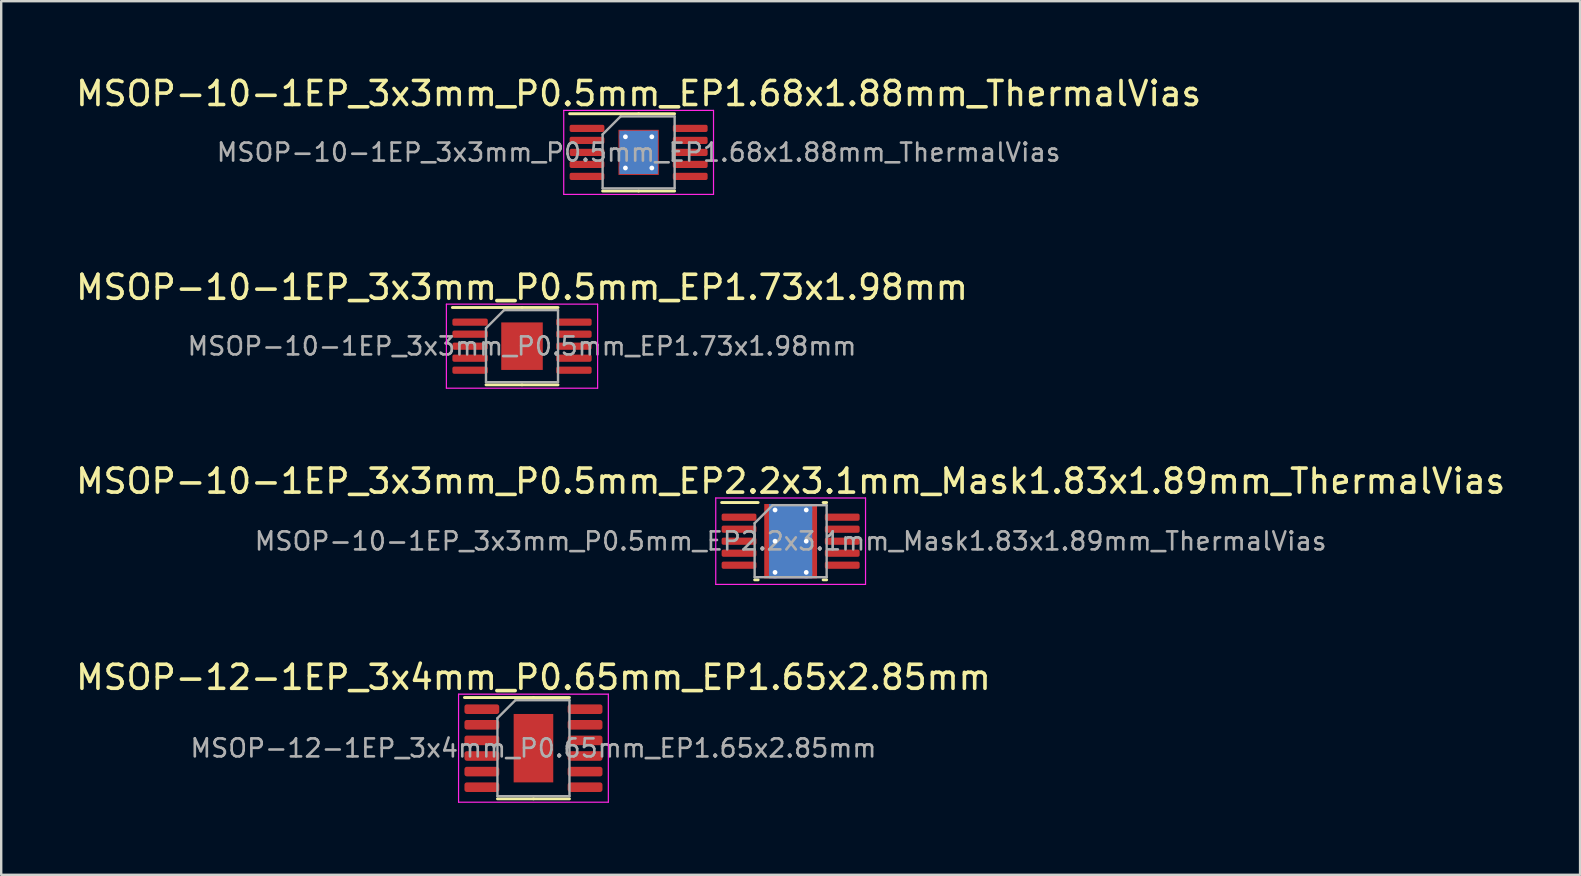
<source format=kicad_pcb>
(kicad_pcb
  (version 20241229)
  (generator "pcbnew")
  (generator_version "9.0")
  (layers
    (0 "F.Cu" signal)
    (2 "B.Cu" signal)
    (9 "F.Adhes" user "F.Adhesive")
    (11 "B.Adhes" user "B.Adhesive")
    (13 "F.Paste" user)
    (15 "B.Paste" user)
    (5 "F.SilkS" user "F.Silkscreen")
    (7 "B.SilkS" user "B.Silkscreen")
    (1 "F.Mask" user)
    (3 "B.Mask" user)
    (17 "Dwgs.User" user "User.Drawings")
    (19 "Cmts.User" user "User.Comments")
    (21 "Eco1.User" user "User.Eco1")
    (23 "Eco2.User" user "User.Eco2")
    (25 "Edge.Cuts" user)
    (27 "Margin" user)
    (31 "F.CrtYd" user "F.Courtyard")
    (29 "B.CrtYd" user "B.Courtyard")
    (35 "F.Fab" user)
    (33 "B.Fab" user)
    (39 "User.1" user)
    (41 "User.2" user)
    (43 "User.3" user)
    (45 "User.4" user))
  (footprint "MSOP-10-1EP_3x3mm_P0.5mm_EP1.73x1.98mm"
    (layer "F.Cu")
    (at 18.696 11.371)
    (property "Reference" "MSOP-10-1EP_3x3mm_P0.5mm_EP1.73x1.98mm" (at 0 -2.45 0) (layer "F.SilkS") (effects (font (size 1 1) (thickness 0.15))))
    (attr smd)
    (fp_line (start 0 -1.61) (end -2.9 -1.61) (stroke (width 0.12) (type solid)) (layer "F.SilkS"))
    (fp_line (start 0 -1.61) (end 1.5 -1.61) (stroke (width 0.12) (type solid)) (layer "F.SilkS"))
    (fp_line (start 0 1.61) (end -1.5 1.61) (stroke (width 0.12) (type solid)) (layer "F.SilkS"))
    (fp_line (start 0 1.61) (end 1.5 1.61) (stroke (width 0.12) (type solid)) (layer "F.SilkS"))
    (fp_line (start -3.15 -1.75) (end -3.15 1.75) (stroke (width 0.05) (type solid)) (layer "F.CrtYd"))
    (fp_line (start -3.15 1.75) (end 3.15 1.75) (stroke (width 0.05) (type solid)) (layer "F.CrtYd"))
    (fp_line (start 3.15 -1.75) (end -3.15 -1.75) (stroke (width 0.05) (type solid)) (layer "F.CrtYd"))
    (fp_line (start 3.15 1.75) (end 3.15 -1.75) (stroke (width 0.05) (type solid)) (layer "F.CrtYd"))
    (fp_line (start -1.5 -0.75) (end -0.75 -1.5) (stroke (width 0.1) (type solid)) (layer "F.Fab"))
    (fp_line (start -1.5 1.5) (end -1.5 -0.75) (stroke (width 0.1) (type solid)) (layer "F.Fab"))
    (fp_line (start -0.75 -1.5) (end 1.5 -1.5) (stroke (width 0.1) (type solid)) (layer "F.Fab"))
    (fp_line (start 1.5 -1.5) (end 1.5 1.5) (stroke (width 0.1) (type solid)) (layer "F.Fab"))
    (fp_line (start 1.5 1.5) (end -1.5 1.5) (stroke (width 0.1) (type solid)) (layer "F.Fab"))
    (fp_text user "${REFERENCE}" (at 0 0 0) (layer "F.Fab") (effects (font (size 0.75 0.75) (thickness 0.11))))
    (pad "" smd roundrect (at -0.43 -0.495) (size 0.7 0.8) (layers "F.Paste") (roundrect_rratio 0.25))
    (pad "" smd roundrect (at -0.43 0.495) (size 0.7 0.8) (layers "F.Paste") (roundrect_rratio 0.25))
    (pad "" smd roundrect (at 0.43 -0.495) (size 0.7 0.8) (layers "F.Paste") (roundrect_rratio 0.25))
    (pad "" smd roundrect (at 0.43 0.495) (size 0.7 0.8) (layers "F.Paste") (roundrect_rratio 0.25))
    (pad "1" smd roundrect (at -2.163 -1) (size 1.475 0.3) (layers "F.Cu" "F.Mask" "F.Paste") (roundrect_rratio 0.25))
    (pad "2" smd roundrect (at -2.163 -0.5) (size 1.475 0.3) (layers "F.Cu" "F.Mask" "F.Paste") (roundrect_rratio 0.25))
    (pad "3" smd roundrect (at -2.163 0) (size 1.475 0.3) (layers "F.Cu" "F.Mask" "F.Paste") (roundrect_rratio 0.25))
    (pad "4" smd roundrect (at -2.163 0.5) (size 1.475 0.3) (layers "F.Cu" "F.Mask" "F.Paste") (roundrect_rratio 0.25))
    (pad "5" smd roundrect (at -2.163 1) (size 1.475 0.3) (layers "F.Cu" "F.Mask" "F.Paste") (roundrect_rratio 0.25))
    (pad "6" smd roundrect (at 2.163 1) (size 1.475 0.3) (layers "F.Cu" "F.Mask" "F.Paste") (roundrect_rratio 0.25))
    (pad "7" smd roundrect (at 2.163 0.5) (size 1.475 0.3) (layers "F.Cu" "F.Mask" "F.Paste") (roundrect_rratio 0.25))
    (pad "8" smd roundrect (at 2.163 0) (size 1.475 0.3) (layers "F.Cu" "F.Mask" "F.Paste") (roundrect_rratio 0.25))
    (pad "9" smd roundrect (at 2.163 -0.5) (size 1.475 0.3) (layers "F.Cu" "F.Mask" "F.Paste") (roundrect_rratio 0.25))
    (pad "10" smd roundrect (at 2.163 -1) (size 1.475 0.3) (layers "F.Cu" "F.Mask" "F.Paste") (roundrect_rratio 0.25))
    (pad "11" smd rect (at 0 0) (size 1.73 1.98) (layers "F.Cu" "F.Mask")))
  (footprint "MSOP-10-1EP_3x3mm_P0.5mm_EP1.68x1.88mm_ThermalVias"
    (layer "F.Cu")
    (at 23.554 3.298)
    (property "Reference" "MSOP-10-1EP_3x3mm_P0.5mm_EP1.68x1.88mm_ThermalVias" (at 0 -2.45 0) (layer "F.SilkS") (effects (font (size 1 1) (thickness 0.15))))
    (attr smd)
    (fp_line (start 0 -1.61) (end -2.875 -1.61) (stroke (width 0.12) (type solid)) (layer "F.SilkS"))
    (fp_line (start 0 -1.61) (end 1.5 -1.61) (stroke (width 0.12) (type solid)) (layer "F.SilkS"))
    (fp_line (start 0 1.61) (end -1.5 1.61) (stroke (width 0.12) (type solid)) (layer "F.SilkS"))
    (fp_line (start 0 1.61) (end 1.5 1.61) (stroke (width 0.12) (type solid)) (layer "F.SilkS"))
    (fp_line (start -3.12 -1.75) (end -3.12 1.75) (stroke (width 0.05) (type solid)) (layer "F.CrtYd"))
    (fp_line (start -3.12 1.75) (end 3.12 1.75) (stroke (width 0.05) (type solid)) (layer "F.CrtYd"))
    (fp_line (start 3.12 -1.75) (end -3.12 -1.75) (stroke (width 0.05) (type solid)) (layer "F.CrtYd"))
    (fp_line (start 3.12 1.75) (end 3.12 -1.75) (stroke (width 0.05) (type solid)) (layer "F.CrtYd"))
    (fp_line (start -1.5 -0.75) (end -0.75 -1.5) (stroke (width 0.1) (type solid)) (layer "F.Fab"))
    (fp_line (start -1.5 1.5) (end -1.5 -0.75) (stroke (width 0.1) (type solid)) (layer "F.Fab"))
    (fp_line (start -0.75 -1.5) (end 1.5 -1.5) (stroke (width 0.1) (type solid)) (layer "F.Fab"))
    (fp_line (start 1.5 -1.5) (end 1.5 1.5) (stroke (width 0.1) (type solid)) (layer "F.Fab"))
    (fp_line (start 1.5 1.5) (end -1.5 1.5) (stroke (width 0.1) (type solid)) (layer "F.Fab"))
    (fp_text user "${REFERENCE}" (at 0 0 0) (layer "F.Fab") (effects (font (size 0.75 0.75) (thickness 0.11))))
    (pad "" smd roundrect (at -0.42 -0.47) (size 0.7 0.79) (layers "F.Paste") (roundrect_rratio 0.25))
    (pad "" smd roundrect (at -0.42 0.47) (size 0.7 0.79) (layers "F.Paste") (roundrect_rratio 0.25))
    (pad "" smd roundrect (at 0.42 -0.47) (size 0.7 0.79) (layers "F.Paste") (roundrect_rratio 0.25))
    (pad "" smd roundrect (at 0.42 0.47) (size 0.7 0.79) (layers "F.Paste") (roundrect_rratio 0.25))
    (pad "1" smd roundrect (at -2.15 -1) (size 1.45 0.3) (layers "F.Cu" "F.Mask" "F.Paste") (roundrect_rratio 0.25))
    (pad "2" smd roundrect (at -2.15 -0.5) (size 1.45 0.3) (layers "F.Cu" "F.Mask" "F.Paste") (roundrect_rratio 0.25))
    (pad "3" smd roundrect (at -2.15 0) (size 1.45 0.3) (layers "F.Cu" "F.Mask" "F.Paste") (roundrect_rratio 0.25))
    (pad "4" smd roundrect (at -2.15 0.5) (size 1.45 0.3) (layers "F.Cu" "F.Mask" "F.Paste") (roundrect_rratio 0.25))
    (pad "5" smd roundrect (at -2.15 1) (size 1.45 0.3) (layers "F.Cu" "F.Mask" "F.Paste") (roundrect_rratio 0.25))
    (pad "6" smd roundrect (at 2.15 1) (size 1.45 0.3) (layers "F.Cu" "F.Mask" "F.Paste") (roundrect_rratio 0.25))
    (pad "7" smd roundrect (at 2.15 0.5) (size 1.45 0.3) (layers "F.Cu" "F.Mask" "F.Paste") (roundrect_rratio 0.25))
    (pad "8" smd roundrect (at 2.15 0) (size 1.45 0.3) (layers "F.Cu" "F.Mask" "F.Paste") (roundrect_rratio 0.25))
    (pad "9" smd roundrect (at 2.15 -0.5) (size 1.45 0.3) (layers "F.Cu" "F.Mask" "F.Paste") (roundrect_rratio 0.25))
    (pad "10" smd roundrect (at 2.15 -1) (size 1.45 0.3) (layers "F.Cu" "F.Mask" "F.Paste") (roundrect_rratio 0.25))
    (pad "11" thru_hole circle (at -0.55 -0.65) (size 0.5 0.5) (drill 0.2) (layers "*.Cu"))
    (pad "11" thru_hole circle (at -0.55 0.65) (size 0.5 0.5) (drill 0.2) (layers "*.Cu"))
    (pad "11" smd rect (at 0 0) (size 1.6 1.8) (layers "B.Cu"))
    (pad "11" smd rect (at 0 0) (size 1.68 1.88) (layers "F.Cu" "F.Mask"))
    (pad "11" thru_hole circle (at 0.55 -0.65) (size 0.5 0.5) (drill 0.2) (layers "*.Cu"))
    (pad "11" thru_hole circle (at 0.55 0.65) (size 0.5 0.5) (drill 0.2) (layers "*.Cu")))
  (footprint "MSOP-12-1EP_3x4mm_P0.65mm_EP1.65x2.85mm"
    (layer "F.Cu")
    (at 19.173 28.118)
    (property "Reference" "MSOP-12-1EP_3x4mm_P0.65mm_EP1.65x2.85mm" (at 0 -2.95 0) (layer "F.SilkS") (effects (font (size 1 1) (thickness 0.15))))
    (attr smd)
    (fp_line (start 0 -2.11) (end -2.875 -2.11) (stroke (width 0.12) (type solid)) (layer "F.SilkS"))
    (fp_line (start 0 -2.11) (end 1.5 -2.11) (stroke (width 0.12) (type solid)) (layer "F.SilkS"))
    (fp_line (start 0 2.11) (end -1.5 2.11) (stroke (width 0.12) (type solid)) (layer "F.SilkS"))
    (fp_line (start 0 2.11) (end 1.5 2.11) (stroke (width 0.12) (type solid)) (layer "F.SilkS"))
    (fp_line (start -3.12 -2.25) (end -3.12 2.25) (stroke (width 0.05) (type solid)) (layer "F.CrtYd"))
    (fp_line (start -3.12 2.25) (end 3.12 2.25) (stroke (width 0.05) (type solid)) (layer "F.CrtYd"))
    (fp_line (start 3.12 -2.25) (end -3.12 -2.25) (stroke (width 0.05) (type solid)) (layer "F.CrtYd"))
    (fp_line (start 3.12 2.25) (end 3.12 -2.25) (stroke (width 0.05) (type solid)) (layer "F.CrtYd"))
    (fp_line (start -1.5 -1.25) (end -0.75 -2) (stroke (width 0.1) (type solid)) (layer "F.Fab"))
    (fp_line (start -1.5 2) (end -1.5 -1.25) (stroke (width 0.1) (type solid)) (layer "F.Fab"))
    (fp_line (start -0.75 -2) (end 1.5 -2) (stroke (width 0.1) (type solid)) (layer "F.Fab"))
    (fp_line (start 1.5 -2) (end 1.5 2) (stroke (width 0.1) (type solid)) (layer "F.Fab"))
    (fp_line (start 1.5 2) (end -1.5 2) (stroke (width 0.1) (type solid)) (layer "F.Fab"))
    (fp_text user "${REFERENCE}" (at 0 0 0) (layer "F.Fab") (effects (font (size 0.75 0.75) (thickness 0.11))))
    (pad "" smd roundrect (at -0.41 -0.71) (size 0.67 1.15) (layers "F.Paste") (roundrect_rratio 0.25))
    (pad "" smd roundrect (at -0.41 0.71) (size 0.67 1.15) (layers "F.Paste") (roundrect_rratio 0.25))
    (pad "" smd roundrect (at 0.41 -0.71) (size 0.67 1.15) (layers "F.Paste") (roundrect_rratio 0.25))
    (pad "" smd roundrect (at 0.41 0.71) (size 0.67 1.15) (layers "F.Paste") (roundrect_rratio 0.25))
    (pad "1" smd roundrect (at -2.15 -1.625) (size 1.45 0.4) (layers "F.Cu" "F.Mask" "F.Paste") (roundrect_rratio 0.25))
    (pad "2" smd roundrect (at -2.15 -0.975) (size 1.45 0.4) (layers "F.Cu" "F.Mask" "F.Paste") (roundrect_rratio 0.25))
    (pad "3" smd roundrect (at -2.15 -0.325) (size 1.45 0.4) (layers "F.Cu" "F.Mask" "F.Paste") (roundrect_rratio 0.25))
    (pad "4" smd roundrect (at -2.15 0.325) (size 1.45 0.4) (layers "F.Cu" "F.Mask" "F.Paste") (roundrect_rratio 0.25))
    (pad "5" smd roundrect (at -2.15 0.975) (size 1.45 0.4) (layers "F.Cu" "F.Mask" "F.Paste") (roundrect_rratio 0.25))
    (pad "6" smd roundrect (at -2.15 1.625) (size 1.45 0.4) (layers "F.Cu" "F.Mask" "F.Paste") (roundrect_rratio 0.25))
    (pad "7" smd roundrect (at 2.15 1.625) (size 1.45 0.4) (layers "F.Cu" "F.Mask" "F.Paste") (roundrect_rratio 0.25))
    (pad "8" smd roundrect (at 2.15 0.975) (size 1.45 0.4) (layers "F.Cu" "F.Mask" "F.Paste") (roundrect_rratio 0.25))
    (pad "9" smd roundrect (at 2.15 0.325) (size 1.45 0.4) (layers "F.Cu" "F.Mask" "F.Paste") (roundrect_rratio 0.25))
    (pad "10" smd roundrect (at 2.15 -0.325) (size 1.45 0.4) (layers "F.Cu" "F.Mask" "F.Paste") (roundrect_rratio 0.25))
    (pad "11" smd roundrect (at 2.15 -0.975) (size 1.45 0.4) (layers "F.Cu" "F.Mask" "F.Paste") (roundrect_rratio 0.25))
    (pad "12" smd roundrect (at 2.15 -1.625) (size 1.45 0.4) (layers "F.Cu" "F.Mask" "F.Paste") (roundrect_rratio 0.25))
    (pad "13" smd rect (at 0 0) (size 1.65 2.85) (layers "F.Cu" "F.Mask")))
  (footprint "MSOP-10-1EP_3x3mm_P0.5mm_EP2.2x3.1mm_Mask1.83x1.89mm_ThermalVias"
    (layer "F.Cu")
    (at 29.887 19.495)
    (property "Reference" "MSOP-10-1EP_3x3mm_P0.5mm_EP2.2x3.1mm_Mask1.83x1.89mm_ThermalVias" (at 0 -2.5 0) (layer "F.SilkS") (effects (font (size 1 1) (thickness 0.15))))
    (attr smd)
    (fp_line (start -1.353 -1.61) (end -2.875 -1.61) (stroke (width 0.12) (type solid)) (layer "F.SilkS"))
    (fp_line (start -1.353 1.61) (end -1.5 1.61) (stroke (width 0.12) (type solid)) (layer "F.SilkS"))
    (fp_line (start 1.353 -1.61) (end 1.5 -1.61) (stroke (width 0.12) (type solid)) (layer "F.SilkS"))
    (fp_line (start 1.353 1.61) (end 1.5 1.61) (stroke (width 0.12) (type solid)) (layer "F.SilkS"))
    (fp_line (start -3.12 -1.8) (end -3.12 1.8) (stroke (width 0.05) (type solid)) (layer "F.CrtYd"))
    (fp_line (start -3.12 1.8) (end 3.12 1.8) (stroke (width 0.05) (type solid)) (layer "F.CrtYd"))
    (fp_line (start 3.12 -1.8) (end -3.12 -1.8) (stroke (width 0.05) (type solid)) (layer "F.CrtYd"))
    (fp_line (start 3.12 1.8) (end 3.12 -1.8) (stroke (width 0.05) (type solid)) (layer "F.CrtYd"))
    (fp_line (start -1.5 -0.75) (end -0.75 -1.5) (stroke (width 0.1) (type solid)) (layer "F.Fab"))
    (fp_line (start -1.5 1.5) (end -1.5 -0.75) (stroke (width 0.1) (type solid)) (layer "F.Fab"))
    (fp_line (start -0.75 -1.5) (end 1.5 -1.5) (stroke (width 0.1) (type solid)) (layer "F.Fab"))
    (fp_line (start 1.5 -1.5) (end 1.5 1.5) (stroke (width 0.1) (type solid)) (layer "F.Fab"))
    (fp_line (start 1.5 1.5) (end -1.5 1.5) (stroke (width 0.1) (type solid)) (layer "F.Fab"))
    (fp_text user "${REFERENCE}" (at 0 0 0) (layer "F.Fab") (effects (font (size 0.75 0.75) (thickness 0.11))))
    (pad "" smd roundrect (at -0.46 -0.47) (size 0.74 0.76) (layers "F.Paste") (roundrect_rratio 0.25))
    (pad "" smd roundrect (at -0.46 0.47) (size 0.74 0.76) (layers "F.Paste") (roundrect_rratio 0.25))
    (pad "" smd rect (at 0 0) (size 1.83 1.89) (layers "F.Mask"))
    (pad "" smd roundrect (at 0.46 -0.47) (size 0.74 0.76) (layers "F.Paste") (roundrect_rratio 0.25))
    (pad "" smd roundrect (at 0.46 0.47) (size 0.74 0.76) (layers "F.Paste") (roundrect_rratio 0.25))
    (pad "1" smd roundrect (at -2.15 -1) (size 1.45 0.3) (layers "F.Cu" "F.Mask" "F.Paste") (roundrect_rratio 0.25))
    (pad "2" smd roundrect (at -2.15 -0.5) (size 1.45 0.3) (layers "F.Cu" "F.Mask" "F.Paste") (roundrect_rratio 0.25))
    (pad "3" smd roundrect (at -2.15 0) (size 1.45 0.3) (layers "F.Cu" "F.Mask" "F.Paste") (roundrect_rratio 0.25))
    (pad "4" smd roundrect (at -2.15 0.5) (size 1.45 0.3) (layers "F.Cu" "F.Mask" "F.Paste") (roundrect_rratio 0.25))
    (pad "5" smd roundrect (at -2.15 1) (size 1.45 0.3) (layers "F.Cu" "F.Mask" "F.Paste") (roundrect_rratio 0.25))
    (pad "6" smd roundrect (at 2.15 1) (size 1.45 0.3) (layers "F.Cu" "F.Mask" "F.Paste") (roundrect_rratio 0.25))
    (pad "7" smd roundrect (at 2.15 0.5) (size 1.45 0.3) (layers "F.Cu" "F.Mask" "F.Paste") (roundrect_rratio 0.25))
    (pad "8" smd roundrect (at 2.15 0) (size 1.45 0.3) (layers "F.Cu" "F.Mask" "F.Paste") (roundrect_rratio 0.25))
    (pad "9" smd roundrect (at 2.15 -0.5) (size 1.45 0.3) (layers "F.Cu" "F.Mask" "F.Paste") (roundrect_rratio 0.25))
    (pad "10" smd roundrect (at 2.15 -1) (size 1.45 0.3) (layers "F.Cu" "F.Mask" "F.Paste") (roundrect_rratio 0.25))
    (pad "11" thru_hole circle (at -0.65 -1.3) (size 0.5 0.5) (drill 0.2) (layers "*.Cu"))
    (pad "11" thru_hole circle (at -0.65 0) (size 0.5 0.5) (drill 0.2) (layers "*.Cu"))
    (pad "11" thru_hole circle (at -0.65 1.3) (size 0.5 0.5) (drill 0.2) (layers "*.Cu"))
    (pad "11" smd rect (at 0 0) (size 1.8 3.1) (layers "B.Cu"))
    (pad "11" smd rect (at 0 0) (size 2.2 3.1) (layers "F.Cu"))
    (pad "11" thru_hole circle (at 0.65 -1.3) (size 0.5 0.5) (drill 0.2) (layers "*.Cu"))
    (pad "11" thru_hole circle (at 0.65 0) (size 0.5 0.5) (drill 0.2) (layers "*.Cu"))
    (pad "11" thru_hole circle (at 0.65 1.3) (size 0.5 0.5) (drill 0.2) (layers "*.Cu")))
  (gr_rect
    (start -3 -3)
    (end 62.774 33.393)
    (stroke (width 0.1) (type default))
    (fill no)
    (layer "Edge.Cuts")))
</source>
